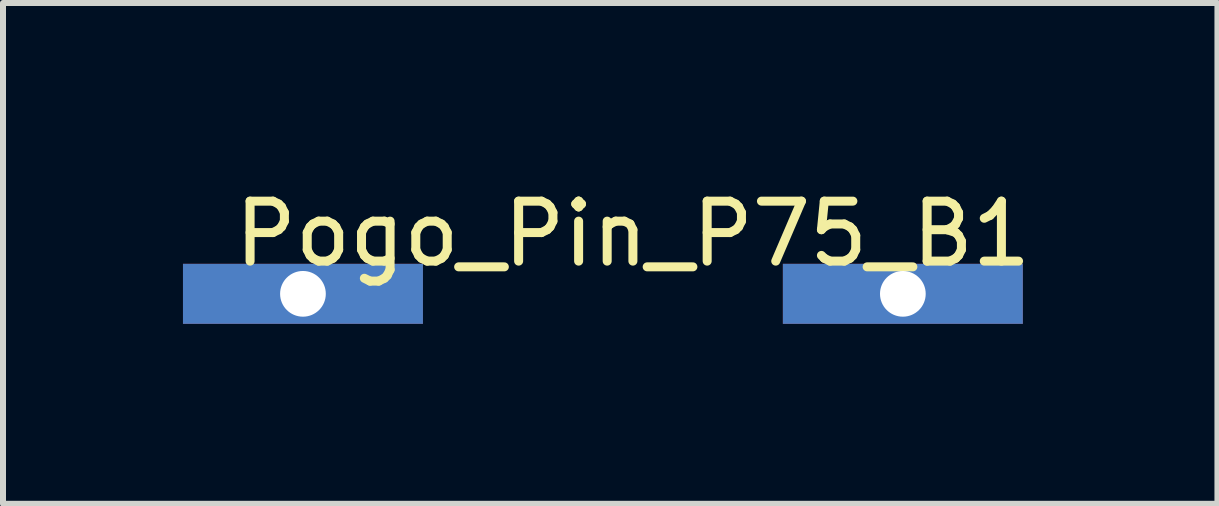
<source format=kicad_pcb>
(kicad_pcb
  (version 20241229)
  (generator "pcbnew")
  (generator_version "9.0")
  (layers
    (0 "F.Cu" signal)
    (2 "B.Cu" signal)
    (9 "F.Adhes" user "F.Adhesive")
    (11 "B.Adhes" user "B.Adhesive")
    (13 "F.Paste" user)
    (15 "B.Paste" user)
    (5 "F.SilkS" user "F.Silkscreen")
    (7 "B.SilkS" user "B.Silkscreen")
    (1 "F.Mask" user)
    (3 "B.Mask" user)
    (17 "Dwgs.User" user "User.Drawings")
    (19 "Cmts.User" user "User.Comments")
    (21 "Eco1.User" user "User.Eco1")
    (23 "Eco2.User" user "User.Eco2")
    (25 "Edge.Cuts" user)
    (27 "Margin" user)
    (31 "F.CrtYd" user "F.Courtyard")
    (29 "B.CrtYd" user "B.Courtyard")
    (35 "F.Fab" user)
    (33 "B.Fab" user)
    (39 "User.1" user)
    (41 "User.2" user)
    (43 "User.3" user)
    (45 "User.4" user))
  (footprint "Pogo_Pin_P75_B1"
    (layer "F.Cu")
    (at 2 1.848)
    (property "Reference" "Pogo_Pin_P75_B1" (at 5.5 -1 0) (layer "F.SilkS") (effects (font (size 1 1) (thickness 0.15))))
    (attr through_hole)
    (pad "" np_thru_hole rect (at 0 0) (size 4 1) (drill 0.762) (layers "*.Cu" "F.Mask"))
    (pad "" thru_hole rect (at 10 0) (size 4 1) (drill 0.762) (layers "*.Cu" "*.Mask")))
  (gr_rect
    (start -3 -3)
    (end 17.244 5.348)
    (stroke (width 0.1) (type default))
    (fill no)
    (layer "Edge.Cuts")))
</source>
